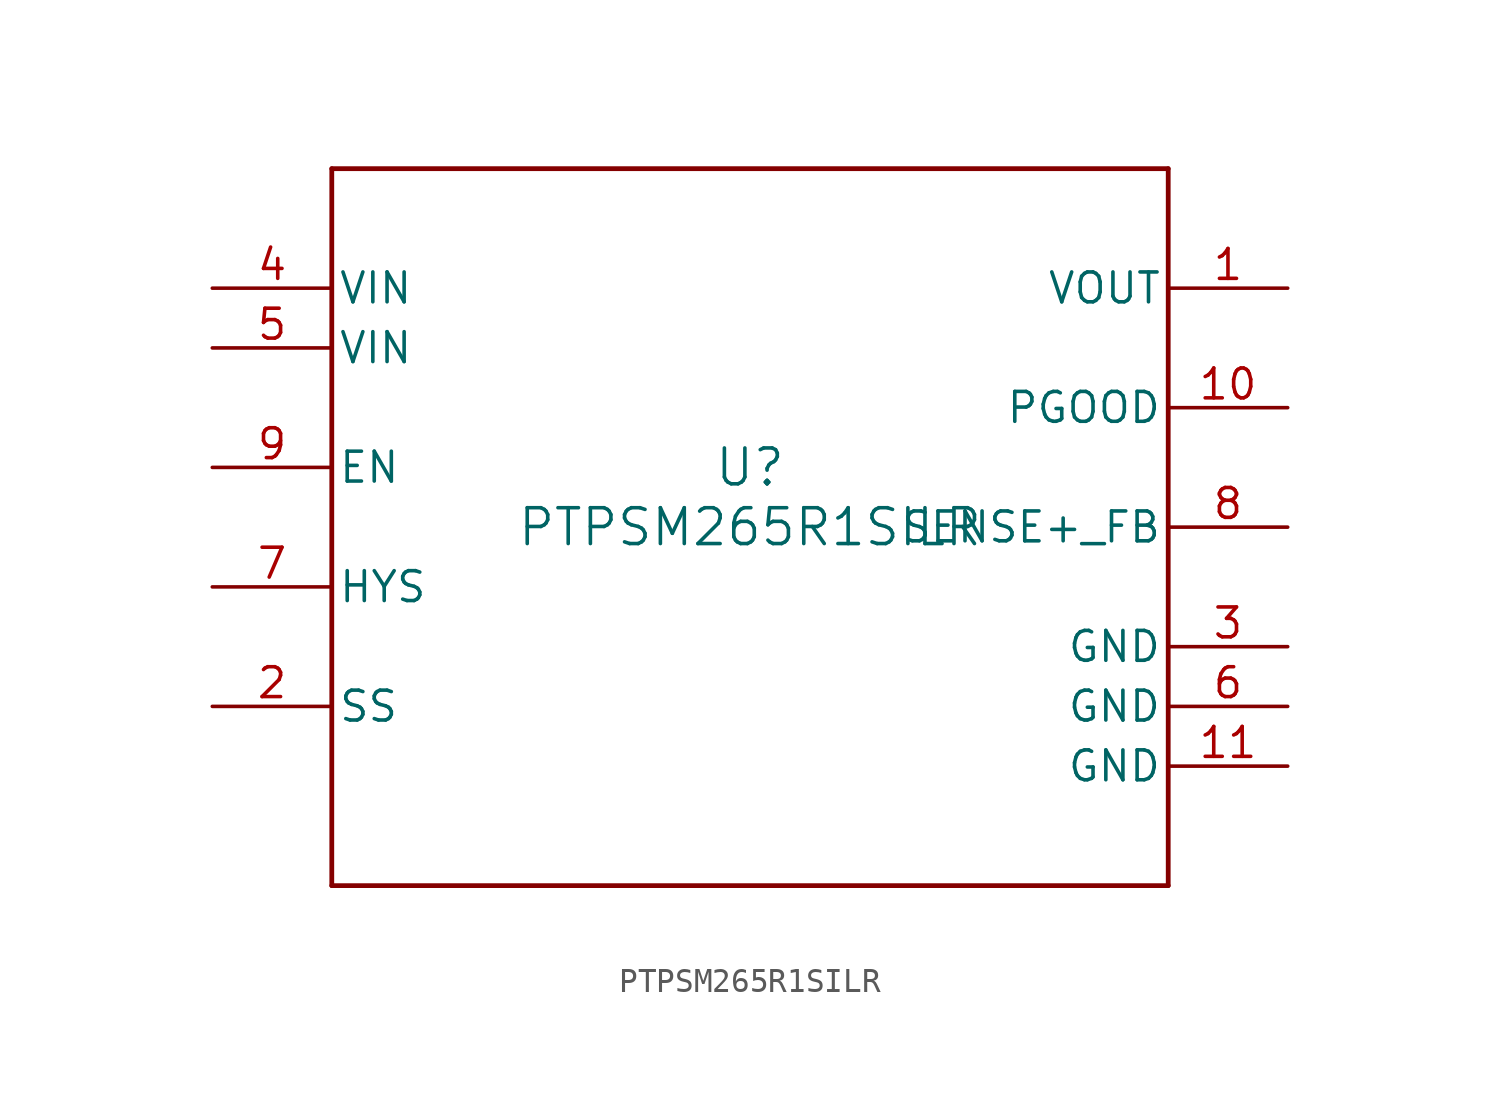
<source format=kicad_sym>
(kicad_symbol_lib
  (version 20211014)
  (generator kicad_symbol_editor)
  (symbol "PTPSM265R1SILR"
    (pin_names
      (offset 0.254))
    (property "Reference" "U"
      (at 0 2.54 0)
      (effects (font (size 1.524 1.524))))
    (property "Value" "PTPSM265R1SILR"
      (at 0 0 0)
      (effects (font (size 1.524 1.524))))
    (symbol "PTPSM265R1SILR_0_1"
      (polyline (pts (xy -17.78 -15.24) (xy 17.78 -15.24)) (stroke (width 0.203) (type default) (color 0 0 0 0)) (fill (type none)))
      (polyline (pts (xy 17.78 -15.24) (xy 17.78 15.24)) (stroke (width 0.203) (type default) (color 0 0 0 0)) (fill (type none)))
      (polyline (pts (xy 17.78 15.24) (xy -17.78 15.24)) (stroke (width 0.203) (type default) (color 0 0 0 0)) (fill (type none)))
      (polyline (pts (xy -17.78 15.24) (xy -17.78 -15.24)) (stroke (width 0.203) (type default) (color 0 0 0 0)) (fill (type none)))
      (pin power_in line (at 22.86 10.16 180) (length 5.08) (name "VOUT" (effects (font (size 1.27 1.27)))) (number "1" (effects (font (size 1.27 1.27)))))
      (pin input line (at -22.86 -7.62 0) (length 5.08) (name "SS" (effects (font (size 1.27 1.27)))) (number "2" (effects (font (size 1.27 1.27)))))
      (pin power_in line (at 22.86 -5.08 180) (length 5.08) (name "GND" (effects (font (size 1.27 1.27)))) (number "3" (effects (font (size 1.27 1.27)))))
      (pin power_in line (at -22.86 10.16 0) (length 5.08) (name "VIN" (effects (font (size 1.27 1.27)))) (number "4" (effects (font (size 1.27 1.27)))))
      (pin power_in line (at -22.86 7.62 0) (length 5.08) (name "VIN" (effects (font (size 1.27 1.27)))) (number "5" (effects (font (size 1.27 1.27)))))
      (pin power_in line (at 22.86 -7.62 180) (length 5.08) (name "GND" (effects (font (size 1.27 1.27)))) (number "6" (effects (font (size 1.27 1.27)))))
      (pin open_collector line (at -22.86 -2.54 0) (length 5.08) (name "HYS" (effects (font (size 1.27 1.27)))) (number "7" (effects (font (size 1.27 1.27)))))
      (pin input line (at 22.86 0 180) (length 5.08) (name "SENSE+_FB" (effects (font (size 1.27 1.27)))) (number "8" (effects (font (size 1.27 1.27)))))
      (pin input line (at -22.86 2.54 0) (length 5.08) (name "EN" (effects (font (size 1.27 1.27)))) (number "9" (effects (font (size 1.27 1.27)))))
      (pin open_collector line (at 22.86 5.08 180) (length 5.08) (name "PGOOD" (effects (font (size 1.27 1.27)))) (number "10" (effects (font (size 1.27 1.27)))))
      (pin power_in line (at 22.86 -10.16 180) (length 5.08) (name "GND" (effects (font (size 1.27 1.27)))) (number "11" (effects (font (size 1.27 1.27))))))))
</source>
